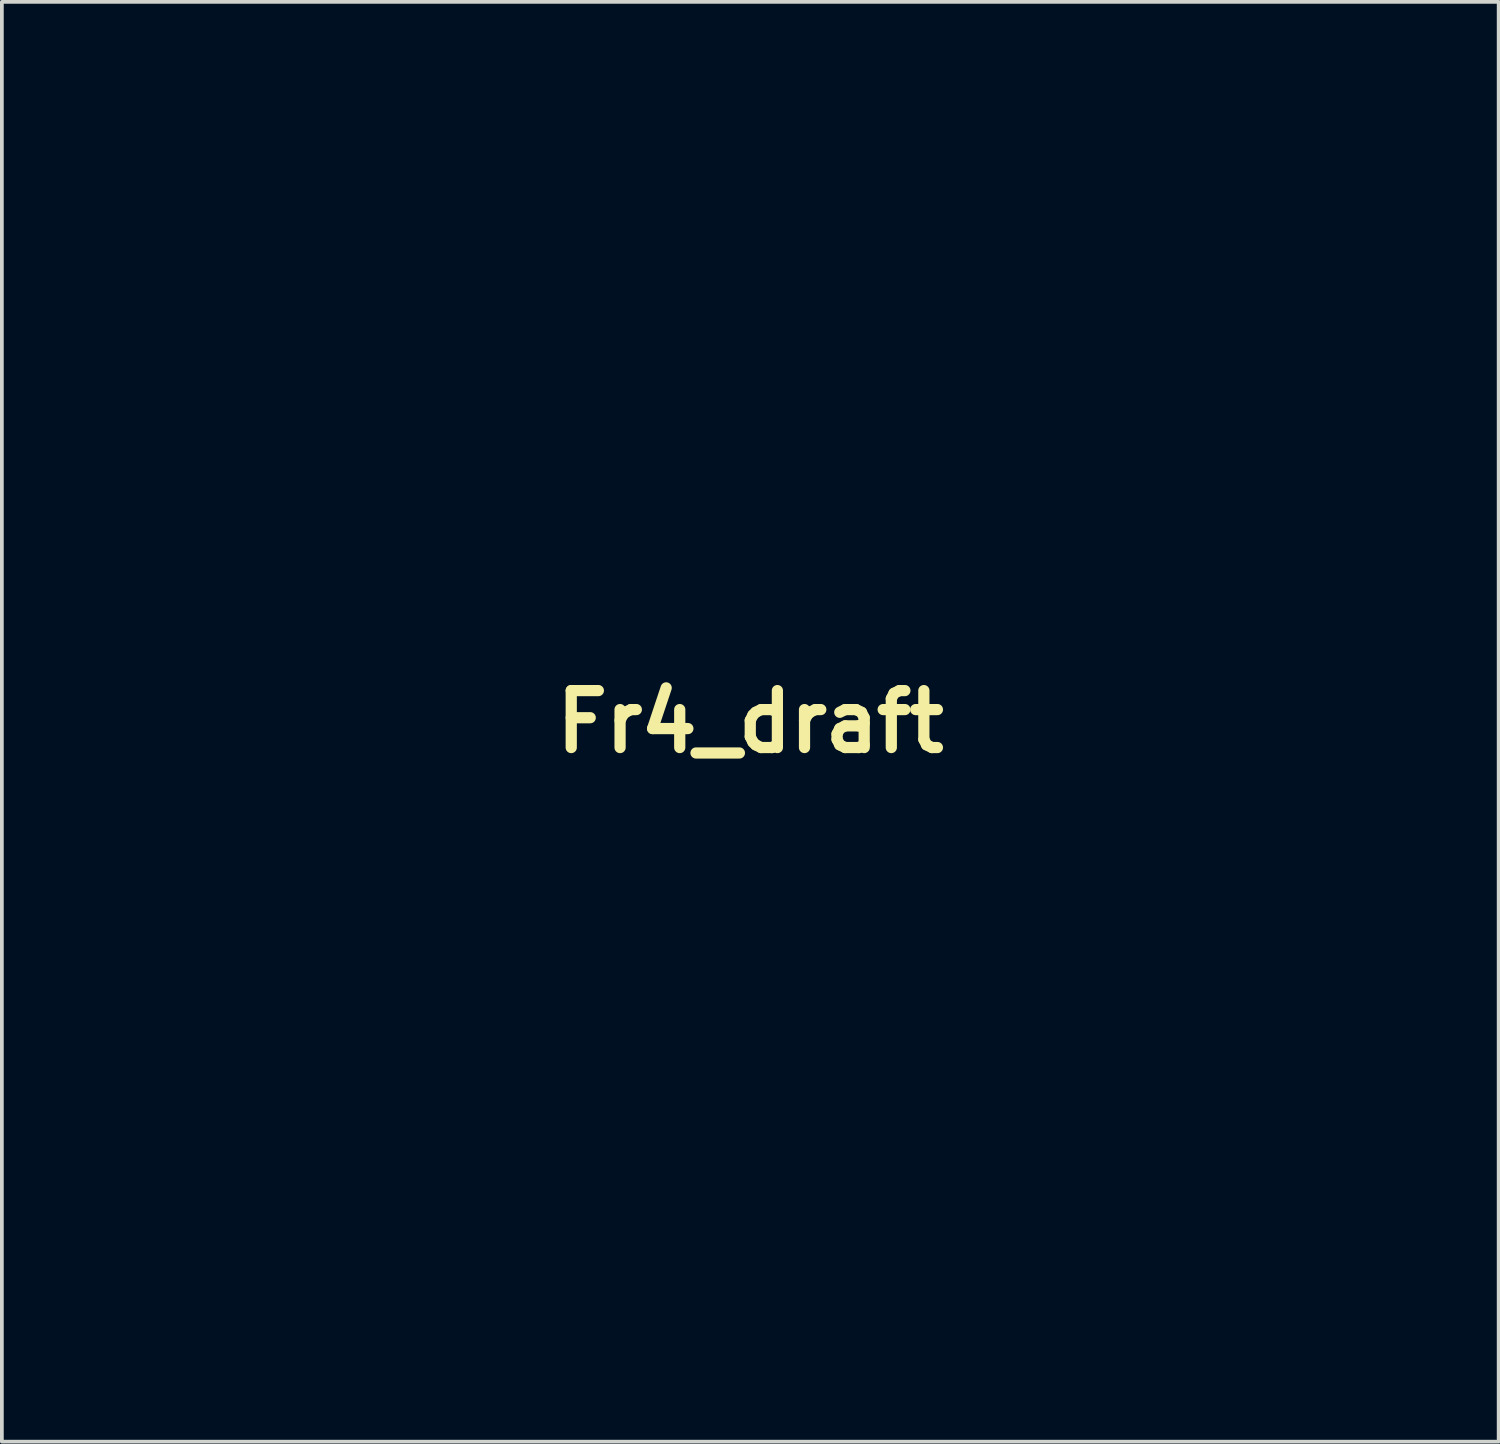
<source format=kicad_pcb>
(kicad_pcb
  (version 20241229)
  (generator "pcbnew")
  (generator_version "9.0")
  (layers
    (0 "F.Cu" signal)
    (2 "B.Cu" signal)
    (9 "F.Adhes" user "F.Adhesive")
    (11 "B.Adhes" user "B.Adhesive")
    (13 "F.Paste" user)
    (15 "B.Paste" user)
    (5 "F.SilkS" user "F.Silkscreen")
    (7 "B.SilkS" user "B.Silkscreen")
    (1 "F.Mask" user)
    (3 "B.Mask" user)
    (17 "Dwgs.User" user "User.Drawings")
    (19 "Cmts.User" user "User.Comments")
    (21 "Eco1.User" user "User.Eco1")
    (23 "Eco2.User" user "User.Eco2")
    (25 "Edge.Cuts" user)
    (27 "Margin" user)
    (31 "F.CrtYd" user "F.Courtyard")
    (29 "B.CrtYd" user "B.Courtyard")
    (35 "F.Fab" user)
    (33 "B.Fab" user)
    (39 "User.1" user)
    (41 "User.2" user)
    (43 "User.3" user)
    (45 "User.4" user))
  (footprint "Fr4_draft"
    (layer "F.Cu")
    (at 17.023 16.261)
    (property "Reference" "Fr4_draft" (at 0 0 0) (layer "F.SilkS") (effects (font (size 1.524 1.524) (thickness 0.3))))
    (attr through_hole)
    (fp_poly (pts (xy -3.81 -15.748) (xy -2.794 -15.748) (xy -2.794 -15.24) (xy -2.286 -15.24) (xy -2.286 -14.732) (xy -1.778 -14.732) (xy -1.778 -14.224) (xy -1.27 -14.224) (xy -1.27 -12.7) (xy 3.81 -12.7) (xy 3.81 -12.192) (xy 5.334 -12.192) (xy 5.334 -11.684) (xy 6.35 -11.684) (xy 6.35 -11.176) (xy 7.366 -11.176) (xy 7.366 -10.668) (xy 8.382 -10.668) (xy 8.382 -10.16) (xy 8.89 -10.16) (xy 8.89 -9.652) (xy 9.906 -9.652) (xy 9.906 -9.144) (xy 10.922 -9.144) (xy 10.922 -8.636) (xy 15.494 -8.636) (xy 15.494 -8.128) (xy 16.51 -8.128) (xy 16.51 -7.62) (xy 17.018 -7.62) (xy 17.018 -5.08) (xy 16.51 -5.08) (xy 16.51 -3.048) (xy 16.002 -3.048) (xy 16.002 -2.032) (xy 15.494 -2.032) (xy 15.494 -1.524) (xy 14.986 -1.524) (xy 14.986 -1.016) (xy 14.478 -1.016) (xy 14.478 0) (xy 13.97 0) (xy 13.97 6.604) (xy 13.462 6.604) (xy 13.462 7.62) (xy 12.954 7.62) (xy 12.954 8.128) (xy 12.446 8.128) (xy 12.446 8.636) (xy 11.938 8.636) (xy 11.938 9.144) (xy 11.43 9.144) (xy 11.43 9.652) (xy 10.922 9.652) (xy 10.922 10.16) (xy 9.906 10.16) (xy 9.906 10.668) (xy 8.89 10.668) (xy 8.89 11.176) (xy 7.874 11.176) (xy 7.874 11.684) (xy 6.858 11.684) (xy 6.858 12.192) (xy 5.842 12.192) (xy 5.842 12.7) (xy 5.334 12.7) (xy 5.334 13.208) (xy 4.318 13.208) (xy 4.318 13.716) (xy 3.302 13.716) (xy 3.302 14.224) (xy 2.286 14.224) (xy 2.286 14.732) (xy -0.254 14.732) (xy -0.254 15.24) (xy -1.778 15.24) (xy -1.778 15.748) (xy -3.302 15.748) (xy -3.302 16.256) (xy -9.398 16.256) (xy -9.398 15.748) (xy -11.938 15.748) (xy -11.938 15.24) (xy -12.954 15.24) (xy -12.954 14.732) (xy -14.478 14.732) (xy -14.478 14.224) (xy -14.986 14.224) (xy -14.986 13.716) (xy -15.494 13.716) (xy -15.494 13.208) (xy -16.002 13.208) (xy -16.002 12.192) (xy -16.51 12.192) (xy -16.51 11.176) (xy -17.018 11.176) (xy -17.018 -3.556) (xy -16.51 -3.556) (xy -16.51 -4.572) (xy -16.002 -4.572) (xy -16.002 -5.588) (xy -15.494 -5.588) (xy -15.494 -6.096) (xy -14.986 -6.096) (xy -14.986 -6.604) (xy -14.478 -6.604) (xy -14.478 -7.62) (xy -13.97 -7.62) (xy -13.97 -8.636) (xy -13.462 -8.636) (xy -13.462 -10.16) (xy -12.954 -10.16) (xy -12.954 -11.176) (xy -12.446 -11.176) (xy -12.446 -11.684) (xy -11.938 -11.684) (xy -11.938 -12.7) (xy -11.43 -12.7) (xy -11.43 -13.208) (xy -10.922 -13.208) (xy -10.922 -13.716) (xy -10.414 -13.716) (xy -10.414 -14.224) (xy -9.906 -14.224) (xy -9.906 -14.732) (xy -9.398 -14.732) (xy -9.398 -15.24) (xy -8.382 -15.24) (xy -8.382 -15.748) (xy -6.35 -15.748) (xy -6.35 -16.256) (xy -3.81 -16.256) (xy -3.81 -15.748)) (stroke (width 0.01) (type solid)) (fill no) (layer "Eco1.User")))
  (gr_rect
    (start -3 -3)
    (end 37.046 35.522)
    (stroke (width 0.1) (type default))
    (fill no)
    (layer "Edge.Cuts")))
</source>
